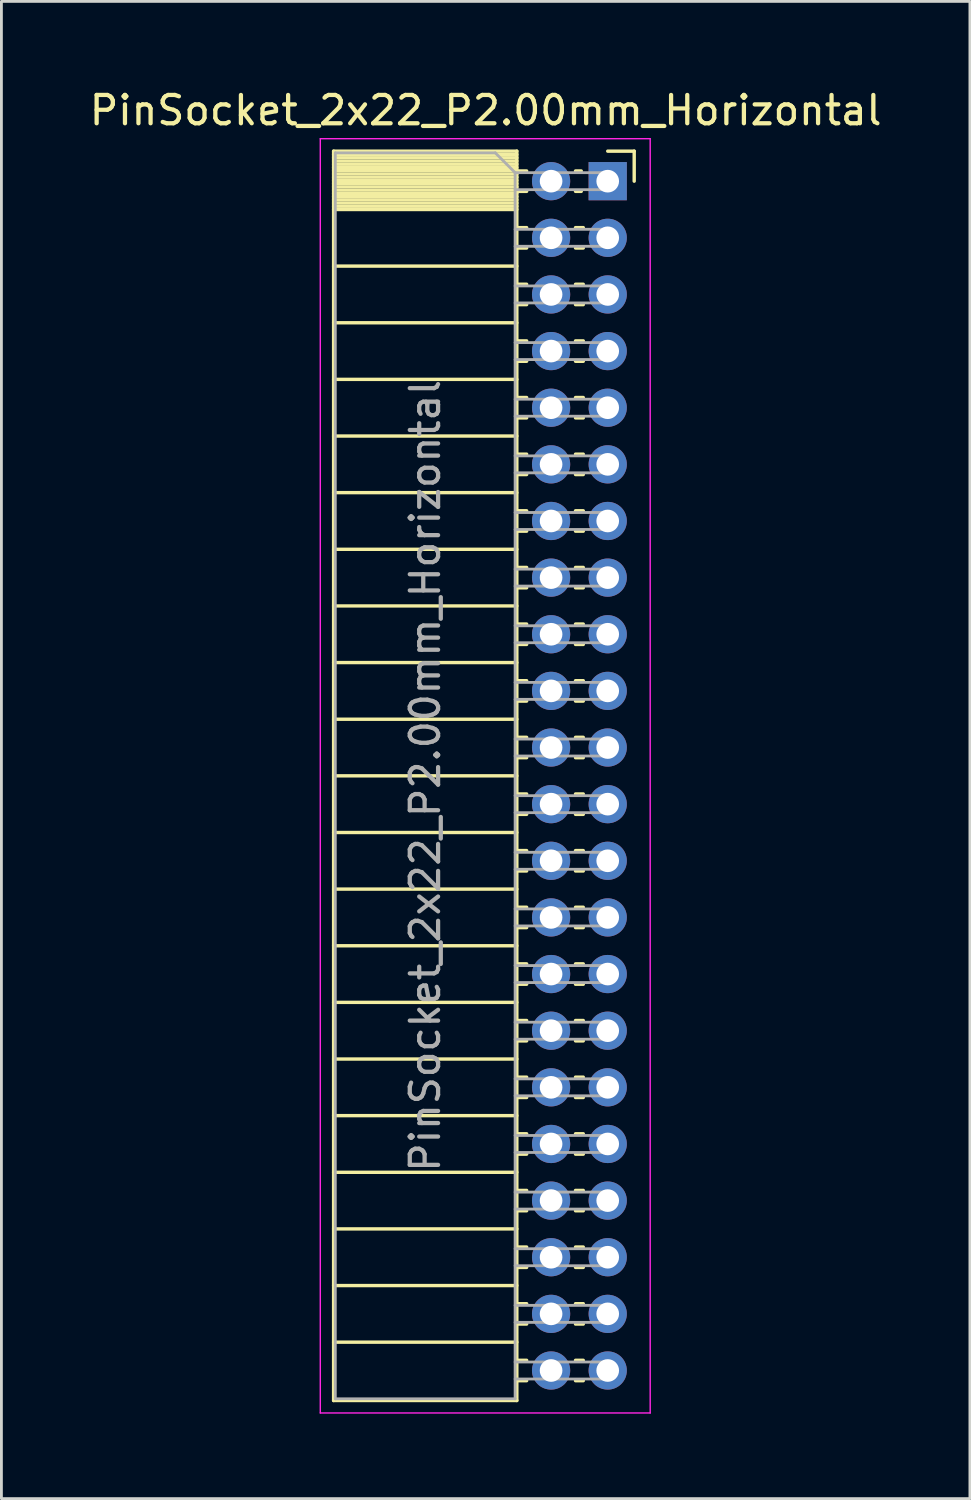
<source format=kicad_pcb>
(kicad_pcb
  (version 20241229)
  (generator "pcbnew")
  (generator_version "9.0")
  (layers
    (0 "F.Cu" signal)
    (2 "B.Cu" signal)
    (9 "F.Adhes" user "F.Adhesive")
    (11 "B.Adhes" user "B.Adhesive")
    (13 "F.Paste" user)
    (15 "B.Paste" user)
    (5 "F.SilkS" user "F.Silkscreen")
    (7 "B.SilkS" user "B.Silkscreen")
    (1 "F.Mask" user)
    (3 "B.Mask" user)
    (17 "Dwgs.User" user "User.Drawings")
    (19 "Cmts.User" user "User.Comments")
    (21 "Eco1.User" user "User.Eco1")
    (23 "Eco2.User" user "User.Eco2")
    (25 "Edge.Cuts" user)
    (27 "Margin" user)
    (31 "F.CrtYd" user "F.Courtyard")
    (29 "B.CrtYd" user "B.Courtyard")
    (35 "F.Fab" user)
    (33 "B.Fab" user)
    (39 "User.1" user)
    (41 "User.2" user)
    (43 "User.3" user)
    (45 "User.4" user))
  (footprint "PinSocket_2x22_P2.00mm_Horizontal"
    (layer "F.Cu")
    (at 18.411 3.348)
    (property "Reference" "PinSocket_2x22_P2.00mm_Horizontal" (at -4.31 -2.5 0) (layer "F.SilkS") (effects (font (size 1 1) (thickness 0.15))))
    (attr through_hole)
    (fp_line (start -9.68 -1.06) (end -9.68 43.06) (stroke (width 0.12) (type solid)) (layer "F.SilkS"))
    (fp_line (start -9.68 -1.06) (end -3.21 -1.06) (stroke (width 0.12) (type solid)) (layer "F.SilkS"))
    (fp_line (start -9.68 -0.94) (end -3.21 -0.94) (stroke (width 0.12) (type solid)) (layer "F.SilkS"))
    (fp_line (start -9.68 -0.826) (end -3.21 -0.826) (stroke (width 0.12) (type solid)) (layer "F.SilkS"))
    (fp_line (start -9.68 -0.712) (end -3.21 -0.712) (stroke (width 0.12) (type solid)) (layer "F.SilkS"))
    (fp_line (start -9.68 -0.598) (end -3.21 -0.598) (stroke (width 0.12) (type solid)) (layer "F.SilkS"))
    (fp_line (start -9.68 -0.484) (end -3.21 -0.484) (stroke (width 0.12) (type solid)) (layer "F.SilkS"))
    (fp_line (start -9.68 -0.369) (end -3.21 -0.369) (stroke (width 0.12) (type solid)) (layer "F.SilkS"))
    (fp_line (start -9.68 -0.255) (end -3.21 -0.255) (stroke (width 0.12) (type solid)) (layer "F.SilkS"))
    (fp_line (start -9.68 -0.141) (end -3.21 -0.141) (stroke (width 0.12) (type solid)) (layer "F.SilkS"))
    (fp_line (start -9.68 -0.027) (end -3.21 -0.027) (stroke (width 0.12) (type solid)) (layer "F.SilkS"))
    (fp_line (start -9.68 0.087) (end -3.21 0.087) (stroke (width 0.12) (type solid)) (layer "F.SilkS"))
    (fp_line (start -9.68 0.201) (end -3.21 0.201) (stroke (width 0.12) (type solid)) (layer "F.SilkS"))
    (fp_line (start -9.68 0.315) (end -3.21 0.315) (stroke (width 0.12) (type solid)) (layer "F.SilkS"))
    (fp_line (start -9.68 0.429) (end -3.21 0.429) (stroke (width 0.12) (type solid)) (layer "F.SilkS"))
    (fp_line (start -9.68 0.544) (end -3.21 0.544) (stroke (width 0.12) (type solid)) (layer "F.SilkS"))
    (fp_line (start -9.68 0.658) (end -3.21 0.658) (stroke (width 0.12) (type solid)) (layer "F.SilkS"))
    (fp_line (start -9.68 0.772) (end -3.21 0.772) (stroke (width 0.12) (type solid)) (layer "F.SilkS"))
    (fp_line (start -9.68 0.886) (end -3.21 0.886) (stroke (width 0.12) (type solid)) (layer "F.SilkS"))
    (fp_line (start -9.68 1) (end -3.21 1) (stroke (width 0.12) (type solid)) (layer "F.SilkS"))
    (fp_line (start -9.68 3) (end -3.21 3) (stroke (width 0.12) (type solid)) (layer "F.SilkS"))
    (fp_line (start -9.68 5) (end -3.21 5) (stroke (width 0.12) (type solid)) (layer "F.SilkS"))
    (fp_line (start -9.68 7) (end -3.21 7) (stroke (width 0.12) (type solid)) (layer "F.SilkS"))
    (fp_line (start -9.68 9) (end -3.21 9) (stroke (width 0.12) (type solid)) (layer "F.SilkS"))
    (fp_line (start -9.68 11) (end -3.21 11) (stroke (width 0.12) (type solid)) (layer "F.SilkS"))
    (fp_line (start -9.68 13) (end -3.21 13) (stroke (width 0.12) (type solid)) (layer "F.SilkS"))
    (fp_line (start -9.68 15) (end -3.21 15) (stroke (width 0.12) (type solid)) (layer "F.SilkS"))
    (fp_line (start -9.68 17) (end -3.21 17) (stroke (width 0.12) (type solid)) (layer "F.SilkS"))
    (fp_line (start -9.68 19) (end -3.21 19) (stroke (width 0.12) (type solid)) (layer "F.SilkS"))
    (fp_line (start -9.68 21) (end -3.21 21) (stroke (width 0.12) (type solid)) (layer "F.SilkS"))
    (fp_line (start -9.68 23) (end -3.21 23) (stroke (width 0.12) (type solid)) (layer "F.SilkS"))
    (fp_line (start -9.68 25) (end -3.21 25) (stroke (width 0.12) (type solid)) (layer "F.SilkS"))
    (fp_line (start -9.68 27) (end -3.21 27) (stroke (width 0.12) (type solid)) (layer "F.SilkS"))
    (fp_line (start -9.68 29) (end -3.21 29) (stroke (width 0.12) (type solid)) (layer "F.SilkS"))
    (fp_line (start -9.68 31) (end -3.21 31) (stroke (width 0.12) (type solid)) (layer "F.SilkS"))
    (fp_line (start -9.68 33) (end -3.21 33) (stroke (width 0.12) (type solid)) (layer "F.SilkS"))
    (fp_line (start -9.68 35) (end -3.21 35) (stroke (width 0.12) (type solid)) (layer "F.SilkS"))
    (fp_line (start -9.68 37) (end -3.21 37) (stroke (width 0.12) (type solid)) (layer "F.SilkS"))
    (fp_line (start -9.68 39) (end -3.21 39) (stroke (width 0.12) (type solid)) (layer "F.SilkS"))
    (fp_line (start -9.68 41) (end -3.21 41) (stroke (width 0.12) (type solid)) (layer "F.SilkS"))
    (fp_line (start -9.68 43.06) (end -3.21 43.06) (stroke (width 0.12) (type solid)) (layer "F.SilkS"))
    (fp_line (start -3.21 -1.06) (end -3.21 43.06) (stroke (width 0.12) (type solid)) (layer "F.SilkS"))
    (fp_line (start -3.21 -0.36) (end -2.863 -0.36) (stroke (width 0.12) (type solid)) (layer "F.SilkS"))
    (fp_line (start -3.21 0.36) (end -2.863 0.36) (stroke (width 0.12) (type solid)) (layer "F.SilkS"))
    (fp_line (start -3.21 1.64) (end -2.863 1.64) (stroke (width 0.12) (type solid)) (layer "F.SilkS"))
    (fp_line (start -3.21 2.36) (end -2.863 2.36) (stroke (width 0.12) (type solid)) (layer "F.SilkS"))
    (fp_line (start -3.21 3.64) (end -2.863 3.64) (stroke (width 0.12) (type solid)) (layer "F.SilkS"))
    (fp_line (start -3.21 4.36) (end -2.863 4.36) (stroke (width 0.12) (type solid)) (layer "F.SilkS"))
    (fp_line (start -3.21 5.64) (end -2.863 5.64) (stroke (width 0.12) (type solid)) (layer "F.SilkS"))
    (fp_line (start -3.21 6.36) (end -2.863 6.36) (stroke (width 0.12) (type solid)) (layer "F.SilkS"))
    (fp_line (start -3.21 7.64) (end -2.863 7.64) (stroke (width 0.12) (type solid)) (layer "F.SilkS"))
    (fp_line (start -3.21 8.36) (end -2.863 8.36) (stroke (width 0.12) (type solid)) (layer "F.SilkS"))
    (fp_line (start -3.21 9.64) (end -2.863 9.64) (stroke (width 0.12) (type solid)) (layer "F.SilkS"))
    (fp_line (start -3.21 10.36) (end -2.863 10.36) (stroke (width 0.12) (type solid)) (layer "F.SilkS"))
    (fp_line (start -3.21 11.64) (end -2.863 11.64) (stroke (width 0.12) (type solid)) (layer "F.SilkS"))
    (fp_line (start -3.21 12.36) (end -2.863 12.36) (stroke (width 0.12) (type solid)) (layer "F.SilkS"))
    (fp_line (start -3.21 13.64) (end -2.863 13.64) (stroke (width 0.12) (type solid)) (layer "F.SilkS"))
    (fp_line (start -3.21 14.36) (end -2.863 14.36) (stroke (width 0.12) (type solid)) (layer "F.SilkS"))
    (fp_line (start -3.21 15.64) (end -2.863 15.64) (stroke (width 0.12) (type solid)) (layer "F.SilkS"))
    (fp_line (start -3.21 16.36) (end -2.863 16.36) (stroke (width 0.12) (type solid)) (layer "F.SilkS"))
    (fp_line (start -3.21 17.64) (end -2.863 17.64) (stroke (width 0.12) (type solid)) (layer "F.SilkS"))
    (fp_line (start -3.21 18.36) (end -2.863 18.36) (stroke (width 0.12) (type solid)) (layer "F.SilkS"))
    (fp_line (start -3.21 19.64) (end -2.863 19.64) (stroke (width 0.12) (type solid)) (layer "F.SilkS"))
    (fp_line (start -3.21 20.36) (end -2.863 20.36) (stroke (width 0.12) (type solid)) (layer "F.SilkS"))
    (fp_line (start -3.21 21.64) (end -2.863 21.64) (stroke (width 0.12) (type solid)) (layer "F.SilkS"))
    (fp_line (start -3.21 22.36) (end -2.863 22.36) (stroke (width 0.12) (type solid)) (layer "F.SilkS"))
    (fp_line (start -3.21 23.64) (end -2.863 23.64) (stroke (width 0.12) (type solid)) (layer "F.SilkS"))
    (fp_line (start -3.21 24.36) (end -2.863 24.36) (stroke (width 0.12) (type solid)) (layer "F.SilkS"))
    (fp_line (start -3.21 25.64) (end -2.863 25.64) (stroke (width 0.12) (type solid)) (layer "F.SilkS"))
    (fp_line (start -3.21 26.36) (end -2.863 26.36) (stroke (width 0.12) (type solid)) (layer "F.SilkS"))
    (fp_line (start -3.21 27.64) (end -2.863 27.64) (stroke (width 0.12) (type solid)) (layer "F.SilkS"))
    (fp_line (start -3.21 28.36) (end -2.863 28.36) (stroke (width 0.12) (type solid)) (layer "F.SilkS"))
    (fp_line (start -3.21 29.64) (end -2.863 29.64) (stroke (width 0.12) (type solid)) (layer "F.SilkS"))
    (fp_line (start -3.21 30.36) (end -2.863 30.36) (stroke (width 0.12) (type solid)) (layer "F.SilkS"))
    (fp_line (start -3.21 31.64) (end -2.863 31.64) (stroke (width 0.12) (type solid)) (layer "F.SilkS"))
    (fp_line (start -3.21 32.36) (end -2.863 32.36) (stroke (width 0.12) (type solid)) (layer "F.SilkS"))
    (fp_line (start -3.21 33.64) (end -2.863 33.64) (stroke (width 0.12) (type solid)) (layer "F.SilkS"))
    (fp_line (start -3.21 34.36) (end -2.863 34.36) (stroke (width 0.12) (type solid)) (layer "F.SilkS"))
    (fp_line (start -3.21 35.64) (end -2.863 35.64) (stroke (width 0.12) (type solid)) (layer "F.SilkS"))
    (fp_line (start -3.21 36.36) (end -2.863 36.36) (stroke (width 0.12) (type solid)) (layer "F.SilkS"))
    (fp_line (start -3.21 37.64) (end -2.863 37.64) (stroke (width 0.12) (type solid)) (layer "F.SilkS"))
    (fp_line (start -3.21 38.36) (end -2.863 38.36) (stroke (width 0.12) (type solid)) (layer "F.SilkS"))
    (fp_line (start -3.21 39.64) (end -2.863 39.64) (stroke (width 0.12) (type solid)) (layer "F.SilkS"))
    (fp_line (start -3.21 40.36) (end -2.863 40.36) (stroke (width 0.12) (type solid)) (layer "F.SilkS"))
    (fp_line (start -3.21 41.64) (end -2.863 41.64) (stroke (width 0.12) (type solid)) (layer "F.SilkS"))
    (fp_line (start -3.21 42.36) (end -2.863 42.36) (stroke (width 0.12) (type solid)) (layer "F.SilkS"))
    (fp_line (start -1.137 -0.36) (end -0.935 -0.36) (stroke (width 0.12) (type solid)) (layer "F.SilkS"))
    (fp_line (start -1.137 0.36) (end -0.935 0.36) (stroke (width 0.12) (type solid)) (layer "F.SilkS"))
    (fp_line (start -1.137 1.64) (end -0.863 1.64) (stroke (width 0.12) (type solid)) (layer "F.SilkS"))
    (fp_line (start -1.137 2.36) (end -0.863 2.36) (stroke (width 0.12) (type solid)) (layer "F.SilkS"))
    (fp_line (start -1.137 3.64) (end -0.863 3.64) (stroke (width 0.12) (type solid)) (layer "F.SilkS"))
    (fp_line (start -1.137 4.36) (end -0.863 4.36) (stroke (width 0.12) (type solid)) (layer "F.SilkS"))
    (fp_line (start -1.137 5.64) (end -0.863 5.64) (stroke (width 0.12) (type solid)) (layer "F.SilkS"))
    (fp_line (start -1.137 6.36) (end -0.863 6.36) (stroke (width 0.12) (type solid)) (layer "F.SilkS"))
    (fp_line (start -1.137 7.64) (end -0.863 7.64) (stroke (width 0.12) (type solid)) (layer "F.SilkS"))
    (fp_line (start -1.137 8.36) (end -0.863 8.36) (stroke (width 0.12) (type solid)) (layer "F.SilkS"))
    (fp_line (start -1.137 9.64) (end -0.863 9.64) (stroke (width 0.12) (type solid)) (layer "F.SilkS"))
    (fp_line (start -1.137 10.36) (end -0.863 10.36) (stroke (width 0.12) (type solid)) (layer "F.SilkS"))
    (fp_line (start -1.137 11.64) (end -0.863 11.64) (stroke (width 0.12) (type solid)) (layer "F.SilkS"))
    (fp_line (start -1.137 12.36) (end -0.863 12.36) (stroke (width 0.12) (type solid)) (layer "F.SilkS"))
    (fp_line (start -1.137 13.64) (end -0.863 13.64) (stroke (width 0.12) (type solid)) (layer "F.SilkS"))
    (fp_line (start -1.137 14.36) (end -0.863 14.36) (stroke (width 0.12) (type solid)) (layer "F.SilkS"))
    (fp_line (start -1.137 15.64) (end -0.863 15.64) (stroke (width 0.12) (type solid)) (layer "F.SilkS"))
    (fp_line (start -1.137 16.36) (end -0.863 16.36) (stroke (width 0.12) (type solid)) (layer "F.SilkS"))
    (fp_line (start -1.137 17.64) (end -0.863 17.64) (stroke (width 0.12) (type solid)) (layer "F.SilkS"))
    (fp_line (start -1.137 18.36) (end -0.863 18.36) (stroke (width 0.12) (type solid)) (layer "F.SilkS"))
    (fp_line (start -1.137 19.64) (end -0.863 19.64) (stroke (width 0.12) (type solid)) (layer "F.SilkS"))
    (fp_line (start -1.137 20.36) (end -0.863 20.36) (stroke (width 0.12) (type solid)) (layer "F.SilkS"))
    (fp_line (start -1.137 21.64) (end -0.863 21.64) (stroke (width 0.12) (type solid)) (layer "F.SilkS"))
    (fp_line (start -1.137 22.36) (end -0.863 22.36) (stroke (width 0.12) (type solid)) (layer "F.SilkS"))
    (fp_line (start -1.137 23.64) (end -0.863 23.64) (stroke (width 0.12) (type solid)) (layer "F.SilkS"))
    (fp_line (start -1.137 24.36) (end -0.863 24.36) (stroke (width 0.12) (type solid)) (layer "F.SilkS"))
    (fp_line (start -1.137 25.64) (end -0.863 25.64) (stroke (width 0.12) (type solid)) (layer "F.SilkS"))
    (fp_line (start -1.137 26.36) (end -0.863 26.36) (stroke (width 0.12) (type solid)) (layer "F.SilkS"))
    (fp_line (start -1.137 27.64) (end -0.863 27.64) (stroke (width 0.12) (type solid)) (layer "F.SilkS"))
    (fp_line (start -1.137 28.36) (end -0.863 28.36) (stroke (width 0.12) (type solid)) (layer "F.SilkS"))
    (fp_line (start -1.137 29.64) (end -0.863 29.64) (stroke (width 0.12) (type solid)) (layer "F.SilkS"))
    (fp_line (start -1.137 30.36) (end -0.863 30.36) (stroke (width 0.12) (type solid)) (layer "F.SilkS"))
    (fp_line (start -1.137 31.64) (end -0.863 31.64) (stroke (width 0.12) (type solid)) (layer "F.SilkS"))
    (fp_line (start -1.137 32.36) (end -0.863 32.36) (stroke (width 0.12) (type solid)) (layer "F.SilkS"))
    (fp_line (start -1.137 33.64) (end -0.863 33.64) (stroke (width 0.12) (type solid)) (layer "F.SilkS"))
    (fp_line (start -1.137 34.36) (end -0.863 34.36) (stroke (width 0.12) (type solid)) (layer "F.SilkS"))
    (fp_line (start -1.137 35.64) (end -0.863 35.64) (stroke (width 0.12) (type solid)) (layer "F.SilkS"))
    (fp_line (start -1.137 36.36) (end -0.863 36.36) (stroke (width 0.12) (type solid)) (layer "F.SilkS"))
    (fp_line (start -1.137 37.64) (end -0.863 37.64) (stroke (width 0.12) (type solid)) (layer "F.SilkS"))
    (fp_line (start -1.137 38.36) (end -0.863 38.36) (stroke (width 0.12) (type solid)) (layer "F.SilkS"))
    (fp_line (start -1.137 39.64) (end -0.863 39.64) (stroke (width 0.12) (type solid)) (layer "F.SilkS"))
    (fp_line (start -1.137 40.36) (end -0.863 40.36) (stroke (width 0.12) (type solid)) (layer "F.SilkS"))
    (fp_line (start -1.137 41.64) (end -0.863 41.64) (stroke (width 0.12) (type solid)) (layer "F.SilkS"))
    (fp_line (start -1.137 42.36) (end -0.863 42.36) (stroke (width 0.12) (type solid)) (layer "F.SilkS"))
    (fp_line (start 0 -1.06) (end 0.935 -1.06) (stroke (width 0.12) (type solid)) (layer "F.SilkS"))
    (fp_line (start 0.935 -1.06) (end 0.935 0) (stroke (width 0.12) (type solid)) (layer "F.SilkS"))
    (fp_line (start -10.15 -1.5) (end -10.15 43.5) (stroke (width 0.05) (type solid)) (layer "F.CrtYd"))
    (fp_line (start -10.15 43.5) (end 1.5 43.5) (stroke (width 0.05) (type solid)) (layer "F.CrtYd"))
    (fp_line (start 1.5 -1.5) (end -10.15 -1.5) (stroke (width 0.05) (type solid)) (layer "F.CrtYd"))
    (fp_line (start 1.5 43.5) (end 1.5 -1.5) (stroke (width 0.05) (type solid)) (layer "F.CrtYd"))
    (fp_line (start -9.62 -1) (end -3.97 -1) (stroke (width 0.1) (type solid)) (layer "F.Fab"))
    (fp_line (start -9.62 43) (end -9.62 -1) (stroke (width 0.1) (type solid)) (layer "F.Fab"))
    (fp_line (start -3.97 -1) (end -3.27 -0.3) (stroke (width 0.1) (type solid)) (layer "F.Fab"))
    (fp_line (start -3.27 -0.3) (end -3.27 43) (stroke (width 0.1) (type solid)) (layer "F.Fab"))
    (fp_line (start -3.27 0.3) (end 0 0.3) (stroke (width 0.1) (type solid)) (layer "F.Fab"))
    (fp_line (start -3.27 2.3) (end 0 2.3) (stroke (width 0.1) (type solid)) (layer "F.Fab"))
    (fp_line (start -3.27 4.3) (end 0 4.3) (stroke (width 0.1) (type solid)) (layer "F.Fab"))
    (fp_line (start -3.27 6.3) (end 0 6.3) (stroke (width 0.1) (type solid)) (layer "F.Fab"))
    (fp_line (start -3.27 8.3) (end 0 8.3) (stroke (width 0.1) (type solid)) (layer "F.Fab"))
    (fp_line (start -3.27 10.3) (end 0 10.3) (stroke (width 0.1) (type solid)) (layer "F.Fab"))
    (fp_line (start -3.27 12.3) (end 0 12.3) (stroke (width 0.1) (type solid)) (layer "F.Fab"))
    (fp_line (start -3.27 14.3) (end 0 14.3) (stroke (width 0.1) (type solid)) (layer "F.Fab"))
    (fp_line (start -3.27 16.3) (end 0 16.3) (stroke (width 0.1) (type solid)) (layer "F.Fab"))
    (fp_line (start -3.27 18.3) (end 0 18.3) (stroke (width 0.1) (type solid)) (layer "F.Fab"))
    (fp_line (start -3.27 20.3) (end 0 20.3) (stroke (width 0.1) (type solid)) (layer "F.Fab"))
    (fp_line (start -3.27 22.3) (end 0 22.3) (stroke (width 0.1) (type solid)) (layer "F.Fab"))
    (fp_line (start -3.27 24.3) (end 0 24.3) (stroke (width 0.1) (type solid)) (layer "F.Fab"))
    (fp_line (start -3.27 26.3) (end 0 26.3) (stroke (width 0.1) (type solid)) (layer "F.Fab"))
    (fp_line (start -3.27 28.3) (end 0 28.3) (stroke (width 0.1) (type solid)) (layer "F.Fab"))
    (fp_line (start -3.27 30.3) (end 0 30.3) (stroke (width 0.1) (type solid)) (layer "F.Fab"))
    (fp_line (start -3.27 32.3) (end 0 32.3) (stroke (width 0.1) (type solid)) (layer "F.Fab"))
    (fp_line (start -3.27 34.3) (end 0 34.3) (stroke (width 0.1) (type solid)) (layer "F.Fab"))
    (fp_line (start -3.27 36.3) (end 0 36.3) (stroke (width 0.1) (type solid)) (layer "F.Fab"))
    (fp_line (start -3.27 38.3) (end 0 38.3) (stroke (width 0.1) (type solid)) (layer "F.Fab"))
    (fp_line (start -3.27 40.3) (end 0 40.3) (stroke (width 0.1) (type solid)) (layer "F.Fab"))
    (fp_line (start -3.27 42.3) (end 0 42.3) (stroke (width 0.1) (type solid)) (layer "F.Fab"))
    (fp_line (start -3.27 43) (end -9.62 43) (stroke (width 0.1) (type solid)) (layer "F.Fab"))
    (fp_line (start 0 -0.3) (end -3.27 -0.3) (stroke (width 0.1) (type solid)) (layer "F.Fab"))
    (fp_line (start 0 0.3) (end 0 -0.3) (stroke (width 0.1) (type solid)) (layer "F.Fab"))
    (fp_line (start 0 1.7) (end -3.27 1.7) (stroke (width 0.1) (type solid)) (layer "F.Fab"))
    (fp_line (start 0 2.3) (end 0 1.7) (stroke (width 0.1) (type solid)) (layer "F.Fab"))
    (fp_line (start 0 3.7) (end -3.27 3.7) (stroke (width 0.1) (type solid)) (layer "F.Fab"))
    (fp_line (start 0 4.3) (end 0 3.7) (stroke (width 0.1) (type solid)) (layer "F.Fab"))
    (fp_line (start 0 5.7) (end -3.27 5.7) (stroke (width 0.1) (type solid)) (layer "F.Fab"))
    (fp_line (start 0 6.3) (end 0 5.7) (stroke (width 0.1) (type solid)) (layer "F.Fab"))
    (fp_line (start 0 7.7) (end -3.27 7.7) (stroke (width 0.1) (type solid)) (layer "F.Fab"))
    (fp_line (start 0 8.3) (end 0 7.7) (stroke (width 0.1) (type solid)) (layer "F.Fab"))
    (fp_line (start 0 9.7) (end -3.27 9.7) (stroke (width 0.1) (type solid)) (layer "F.Fab"))
    (fp_line (start 0 10.3) (end 0 9.7) (stroke (width 0.1) (type solid)) (layer "F.Fab"))
    (fp_line (start 0 11.7) (end -3.27 11.7) (stroke (width 0.1) (type solid)) (layer "F.Fab"))
    (fp_line (start 0 12.3) (end 0 11.7) (stroke (width 0.1) (type solid)) (layer "F.Fab"))
    (fp_line (start 0 13.7) (end -3.27 13.7) (stroke (width 0.1) (type solid)) (layer "F.Fab"))
    (fp_line (start 0 14.3) (end 0 13.7) (stroke (width 0.1) (type solid)) (layer "F.Fab"))
    (fp_line (start 0 15.7) (end -3.27 15.7) (stroke (width 0.1) (type solid)) (layer "F.Fab"))
    (fp_line (start 0 16.3) (end 0 15.7) (stroke (width 0.1) (type solid)) (layer "F.Fab"))
    (fp_line (start 0 17.7) (end -3.27 17.7) (stroke (width 0.1) (type solid)) (layer "F.Fab"))
    (fp_line (start 0 18.3) (end 0 17.7) (stroke (width 0.1) (type solid)) (layer "F.Fab"))
    (fp_line (start 0 19.7) (end -3.27 19.7) (stroke (width 0.1) (type solid)) (layer "F.Fab"))
    (fp_line (start 0 20.3) (end 0 19.7) (stroke (width 0.1) (type solid)) (layer "F.Fab"))
    (fp_line (start 0 21.7) (end -3.27 21.7) (stroke (width 0.1) (type solid)) (layer "F.Fab"))
    (fp_line (start 0 22.3) (end 0 21.7) (stroke (width 0.1) (type solid)) (layer "F.Fab"))
    (fp_line (start 0 23.7) (end -3.27 23.7) (stroke (width 0.1) (type solid)) (layer "F.Fab"))
    (fp_line (start 0 24.3) (end 0 23.7) (stroke (width 0.1) (type solid)) (layer "F.Fab"))
    (fp_line (start 0 25.7) (end -3.27 25.7) (stroke (width 0.1) (type solid)) (layer "F.Fab"))
    (fp_line (start 0 26.3) (end 0 25.7) (stroke (width 0.1) (type solid)) (layer "F.Fab"))
    (fp_line (start 0 27.7) (end -3.27 27.7) (stroke (width 0.1) (type solid)) (layer "F.Fab"))
    (fp_line (start 0 28.3) (end 0 27.7) (stroke (width 0.1) (type solid)) (layer "F.Fab"))
    (fp_line (start 0 29.7) (end -3.27 29.7) (stroke (width 0.1) (type solid)) (layer "F.Fab"))
    (fp_line (start 0 30.3) (end 0 29.7) (stroke (width 0.1) (type solid)) (layer "F.Fab"))
    (fp_line (start 0 31.7) (end -3.27 31.7) (stroke (width 0.1) (type solid)) (layer "F.Fab"))
    (fp_line (start 0 32.3) (end 0 31.7) (stroke (width 0.1) (type solid)) (layer "F.Fab"))
    (fp_line (start 0 33.7) (end -3.27 33.7) (stroke (width 0.1) (type solid)) (layer "F.Fab"))
    (fp_line (start 0 34.3) (end 0 33.7) (stroke (width 0.1) (type solid)) (layer "F.Fab"))
    (fp_line (start 0 35.7) (end -3.27 35.7) (stroke (width 0.1) (type solid)) (layer "F.Fab"))
    (fp_line (start 0 36.3) (end 0 35.7) (stroke (width 0.1) (type solid)) (layer "F.Fab"))
    (fp_line (start 0 37.7) (end -3.27 37.7) (stroke (width 0.1) (type solid)) (layer "F.Fab"))
    (fp_line (start 0 38.3) (end 0 37.7) (stroke (width 0.1) (type solid)) (layer "F.Fab"))
    (fp_line (start 0 39.7) (end -3.27 39.7) (stroke (width 0.1) (type solid)) (layer "F.Fab"))
    (fp_line (start 0 40.3) (end 0 39.7) (stroke (width 0.1) (type solid)) (layer "F.Fab"))
    (fp_line (start 0 41.7) (end -3.27 41.7) (stroke (width 0.1) (type solid)) (layer "F.Fab"))
    (fp_line (start 0 42.3) (end 0 41.7) (stroke (width 0.1) (type solid)) (layer "F.Fab"))
    (fp_text user "${REFERENCE}" (at -6.445 21 90) (layer "F.Fab") (effects (font (size 1 1) (thickness 0.15))))
    (pad "1" thru_hole rect (at 0 0) (size 1.35 1.35) (drill 0.8) (layers "*.Cu" "*.Mask"))
    (pad "2" thru_hole circle (at -2 0) (size 1.35 1.35) (drill 0.8) (layers "*.Cu" "*.Mask"))
    (pad "3" thru_hole circle (at 0 2) (size 1.35 1.35) (drill 0.8) (layers "*.Cu" "*.Mask"))
    (pad "4" thru_hole circle (at -2 2) (size 1.35 1.35) (drill 0.8) (layers "*.Cu" "*.Mask"))
    (pad "5" thru_hole circle (at 0 4) (size 1.35 1.35) (drill 0.8) (layers "*.Cu" "*.Mask"))
    (pad "6" thru_hole circle (at -2 4) (size 1.35 1.35) (drill 0.8) (layers "*.Cu" "*.Mask"))
    (pad "7" thru_hole circle (at 0 6) (size 1.35 1.35) (drill 0.8) (layers "*.Cu" "*.Mask"))
    (pad "8" thru_hole circle (at -2 6) (size 1.35 1.35) (drill 0.8) (layers "*.Cu" "*.Mask"))
    (pad "9" thru_hole circle (at 0 8) (size 1.35 1.35) (drill 0.8) (layers "*.Cu" "*.Mask"))
    (pad "10" thru_hole circle (at -2 8) (size 1.35 1.35) (drill 0.8) (layers "*.Cu" "*.Mask"))
    (pad "11" thru_hole circle (at 0 10) (size 1.35 1.35) (drill 0.8) (layers "*.Cu" "*.Mask"))
    (pad "12" thru_hole circle (at -2 10) (size 1.35 1.35) (drill 0.8) (layers "*.Cu" "*.Mask"))
    (pad "13" thru_hole circle (at 0 12) (size 1.35 1.35) (drill 0.8) (layers "*.Cu" "*.Mask"))
    (pad "14" thru_hole circle (at -2 12) (size 1.35 1.35) (drill 0.8) (layers "*.Cu" "*.Mask"))
    (pad "15" thru_hole circle (at 0 14) (size 1.35 1.35) (drill 0.8) (layers "*.Cu" "*.Mask"))
    (pad "16" thru_hole circle (at -2 14) (size 1.35 1.35) (drill 0.8) (layers "*.Cu" "*.Mask"))
    (pad "17" thru_hole circle (at 0 16) (size 1.35 1.35) (drill 0.8) (layers "*.Cu" "*.Mask"))
    (pad "18" thru_hole circle (at -2 16) (size 1.35 1.35) (drill 0.8) (layers "*.Cu" "*.Mask"))
    (pad "19" thru_hole circle (at 0 18) (size 1.35 1.35) (drill 0.8) (layers "*.Cu" "*.Mask"))
    (pad "20" thru_hole circle (at -2 18) (size 1.35 1.35) (drill 0.8) (layers "*.Cu" "*.Mask"))
    (pad "21" thru_hole circle (at 0 20) (size 1.35 1.35) (drill 0.8) (layers "*.Cu" "*.Mask"))
    (pad "22" thru_hole circle (at -2 20) (size 1.35 1.35) (drill 0.8) (layers "*.Cu" "*.Mask"))
    (pad "23" thru_hole circle (at 0 22) (size 1.35 1.35) (drill 0.8) (layers "*.Cu" "*.Mask"))
    (pad "24" thru_hole circle (at -2 22) (size 1.35 1.35) (drill 0.8) (layers "*.Cu" "*.Mask"))
    (pad "25" thru_hole circle (at 0 24) (size 1.35 1.35) (drill 0.8) (layers "*.Cu" "*.Mask"))
    (pad "26" thru_hole circle (at -2 24) (size 1.35 1.35) (drill 0.8) (layers "*.Cu" "*.Mask"))
    (pad "27" thru_hole circle (at 0 26) (size 1.35 1.35) (drill 0.8) (layers "*.Cu" "*.Mask"))
    (pad "28" thru_hole circle (at -2 26) (size 1.35 1.35) (drill 0.8) (layers "*.Cu" "*.Mask"))
    (pad "29" thru_hole circle (at 0 28) (size 1.35 1.35) (drill 0.8) (layers "*.Cu" "*.Mask"))
    (pad "30" thru_hole circle (at -2 28) (size 1.35 1.35) (drill 0.8) (layers "*.Cu" "*.Mask"))
    (pad "31" thru_hole circle (at 0 30) (size 1.35 1.35) (drill 0.8) (layers "*.Cu" "*.Mask"))
    (pad "32" thru_hole circle (at -2 30) (size 1.35 1.35) (drill 0.8) (layers "*.Cu" "*.Mask"))
    (pad "33" thru_hole circle (at 0 32) (size 1.35 1.35) (drill 0.8) (layers "*.Cu" "*.Mask"))
    (pad "34" thru_hole circle (at -2 32) (size 1.35 1.35) (drill 0.8) (layers "*.Cu" "*.Mask"))
    (pad "35" thru_hole circle (at 0 34) (size 1.35 1.35) (drill 0.8) (layers "*.Cu" "*.Mask"))
    (pad "36" thru_hole circle (at -2 34) (size 1.35 1.35) (drill 0.8) (layers "*.Cu" "*.Mask"))
    (pad "37" thru_hole circle (at 0 36) (size 1.35 1.35) (drill 0.8) (layers "*.Cu" "*.Mask"))
    (pad "38" thru_hole circle (at -2 36) (size 1.35 1.35) (drill 0.8) (layers "*.Cu" "*.Mask"))
    (pad "39" thru_hole circle (at 0 38) (size 1.35 1.35) (drill 0.8) (layers "*.Cu" "*.Mask"))
    (pad "40" thru_hole circle (at -2 38) (size 1.35 1.35) (drill 0.8) (layers "*.Cu" "*.Mask"))
    (pad "41" thru_hole circle (at 0 40) (size 1.35 1.35) (drill 0.8) (layers "*.Cu" "*.Mask"))
    (pad "42" thru_hole circle (at -2 40) (size 1.35 1.35) (drill 0.8) (layers "*.Cu" "*.Mask"))
    (pad "43" thru_hole circle (at 0 42) (size 1.35 1.35) (drill 0.8) (layers "*.Cu" "*.Mask"))
    (pad "44" thru_hole circle (at -2 42) (size 1.35 1.35) (drill 0.8) (layers "*.Cu" "*.Mask")))
  (gr_rect
    (start -3 -3)
    (end 31.202 49.873)
    (stroke (width 0.1) (type default))
    (fill no)
    (layer "Edge.Cuts")))
</source>
